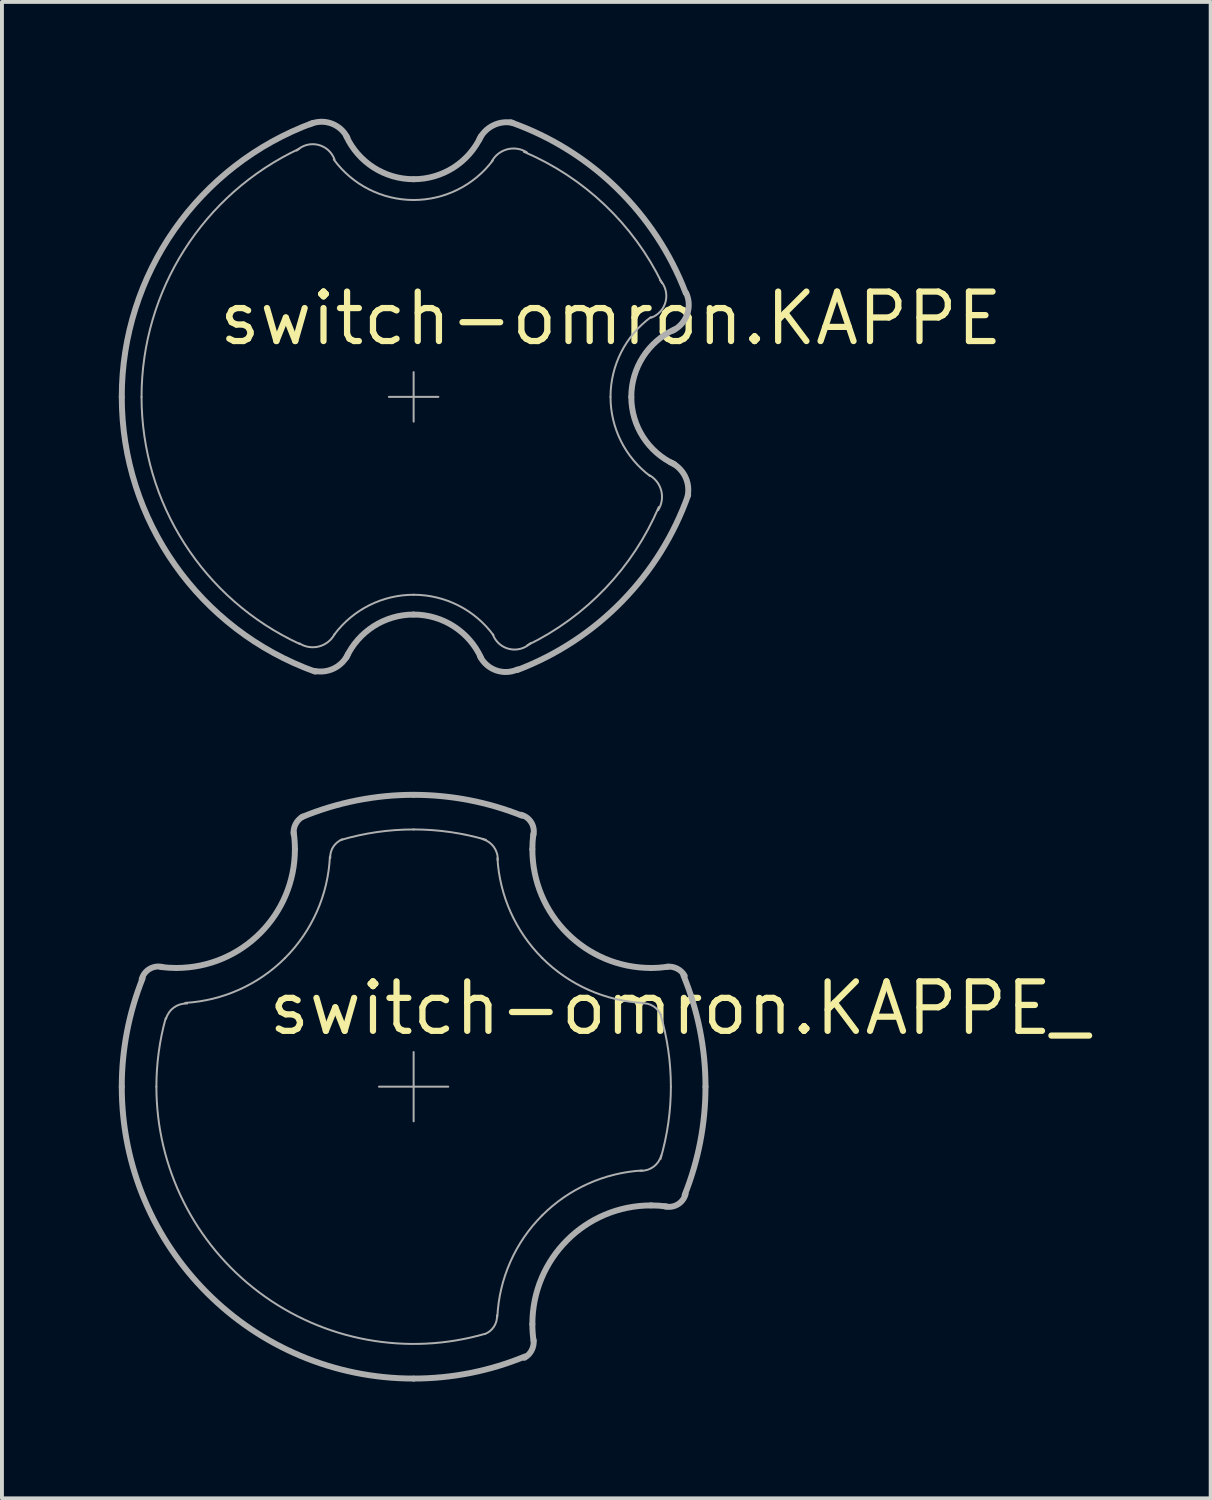
<source format=kicad_pcb>
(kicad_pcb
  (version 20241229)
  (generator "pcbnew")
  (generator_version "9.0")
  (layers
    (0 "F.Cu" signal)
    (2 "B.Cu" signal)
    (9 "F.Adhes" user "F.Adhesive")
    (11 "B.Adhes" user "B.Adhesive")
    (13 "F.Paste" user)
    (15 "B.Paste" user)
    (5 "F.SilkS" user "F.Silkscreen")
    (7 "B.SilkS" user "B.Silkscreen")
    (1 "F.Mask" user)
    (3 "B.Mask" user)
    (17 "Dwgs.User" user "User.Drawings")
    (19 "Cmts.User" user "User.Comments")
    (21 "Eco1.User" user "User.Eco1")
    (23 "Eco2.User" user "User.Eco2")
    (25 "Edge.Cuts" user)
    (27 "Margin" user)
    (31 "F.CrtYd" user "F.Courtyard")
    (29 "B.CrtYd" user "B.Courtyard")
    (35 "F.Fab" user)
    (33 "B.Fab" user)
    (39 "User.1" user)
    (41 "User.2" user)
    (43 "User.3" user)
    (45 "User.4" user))
  (footprint "switch-omron.KAPPE"
    (layer "F.Cu")
    (at 7.569 7.139)
    (property "Reference" "switch-omron.KAPPE" (at -5.08 -1.27 0) (layer "F.SilkS") (effects (font (size 1.27 1.27) (thickness 0.16)) (justify left bottom)))
    (fp_line (start -0.635 0) (end 0.635 0) (stroke (width 0.051) (type default)) (layer "F.Fab"))
    (fp_line (start 0 -0.635) (end 0 0.635) (stroke (width 0.051) (type default)) (layer "F.Fab"))
    (fp_arc (start -7.493 0) (mid -6.144335 -4.288754) (end -2.5837 -7.0336) (stroke (width 0.1524) (type default)) (layer "F.Fab"))
    (fp_arc (start -6.985 0) (mid -5.886652 -3.774839) (end -2.9345 -6.3711) (stroke (width 0.0508) (type default)) (layer "F.Fab"))
    (fp_arc (start -3.0009 -6.3234) (mid -2.454886 -6.471804) (end -2.0318 -6.0961) (stroke (width 0.0508) (type default)) (layer "F.Fab"))
    (fp_arc (start -2.9271 6.342) (mid -5.883678 3.764539) (end -6.985 0) (stroke (width 0.0508) (type default)) (layer "F.Fab"))
    (fp_arc (start -2.6642 -6.9984) (mid -2.113958 -7.019983) (end -1.7018 -6.6548) (stroke (width 0.1524) (type default)) (layer "F.Fab"))
    (fp_arc (start -2.5286 7.0535) (mid -6.127486 4.312697) (end -7.493 0) (stroke (width 0.1524) (type default)) (layer "F.Fab"))
    (fp_arc (start -2.032 6.096) (mid -1.135923 5.348155) (end 0 5.08) (stroke (width 0.0508) (type default)) (layer "F.Fab"))
    (fp_arc (start -2.0319 6.0961) (mid -2.433263 6.407985) (end -2.935 6.3266) (stroke (width 0.0508) (type default)) (layer "F.Fab"))
    (fp_arc (start -1.7297 6.6947) (mid -1.026729 5.888343) (end 0 5.588) (stroke (width 0.1524) (type default)) (layer "F.Fab"))
    (fp_arc (start -1.6802 6.5954) (mid -2.033352 6.965437) (end -2.54 7.0358) (stroke (width 0.1524) (type default)) (layer "F.Fab"))
    (fp_arc (start 0 -5.588) (mid -1.026729 -5.888343) (end -1.7297 -6.6947) (stroke (width 0.1524) (type default)) (layer "F.Fab"))
    (fp_arc (start 0 -5.0546) (mid -1.148132 -5.328871) (end -2.0483 -6.0925) (stroke (width 0.0508) (type default)) (layer "F.Fab"))
    (fp_arc (start 0 5.08) (mid 1.148132 5.354271) (end 2.0483 6.1179) (stroke (width 0.0508) (type default)) (layer "F.Fab"))
    (fp_arc (start 0 5.588) (mid 1.026729 5.888343) (end 1.7297 6.6947) (stroke (width 0.1524) (type default)) (layer "F.Fab"))
    (fp_arc (start 1.6802 -6.5954) (mid 2.033352 -6.965437) (end 2.54 -7.0358) (stroke (width 0.1524) (type default)) (layer "F.Fab"))
    (fp_arc (start 1.7297 -6.6947) (mid 1.026729 -5.888343) (end 0 -5.588) (stroke (width 0.1524) (type default)) (layer "F.Fab"))
    (fp_arc (start 2.0066 -6.0452) (mid 2.407862 -6.357043) (end 2.9095 -6.2757) (stroke (width 0.0508) (type default)) (layer "F.Fab"))
    (fp_arc (start 2.032 -6.0706) (mid 1.135923 -5.322755) (end 0 -5.0546) (stroke (width 0.0508) (type default)) (layer "F.Fab"))
    (fp_arc (start 2.4941 -7.0486) (mid 5.221391 -5.35166) (end 6.985 -2.667) (stroke (width 0.1524) (type default)) (layer "F.Fab"))
    (fp_arc (start 2.6642 6.9984) (mid 2.113958 7.019983) (end 1.7018 6.6548) (stroke (width 0.1524) (type default)) (layer "F.Fab"))
    (fp_arc (start 2.8286 -6.2928) (mid 4.90742 -4.928171) (end 6.3754 -2.921) (stroke (width 0.0508) (type default)) (layer "F.Fab"))
    (fp_arc (start 3.0008 6.3233) (mid 2.454936 6.471624) (end 2.032 6.096) (stroke (width 0.0508) (type default)) (layer "F.Fab"))
    (fp_arc (start 5.0546 0) (mid 5.328871 -1.148132) (end 6.0925 -2.0483) (stroke (width 0.0508) (type default)) (layer "F.Fab"))
    (fp_arc (start 5.588 0) (mid 5.888343 -1.026729) (end 6.6947 -1.7297) (stroke (width 0.1524) (type default)) (layer "F.Fab"))
    (fp_arc (start 6.0452 2.0066) (mid 6.357043 2.407862) (end 6.2757 2.9095) (stroke (width 0.0508) (type default)) (layer "F.Fab"))
    (fp_arc (start 6.0706 2.032) (mid 5.322755 1.135923) (end 5.0546 0) (stroke (width 0.0508) (type default)) (layer "F.Fab"))
    (fp_arc (start 6.2928 2.8286) (mid 4.928171 4.90742) (end 2.921 6.3754) (stroke (width 0.0508) (type default)) (layer "F.Fab"))
    (fp_arc (start 6.3233 -3.0008) (mid 6.471624 -2.454936) (end 6.096 -2.032) (stroke (width 0.0508) (type default)) (layer "F.Fab"))
    (fp_arc (start 6.5954 1.6802) (mid 6.965437 2.033352) (end 7.0358 2.54) (stroke (width 0.1524) (type default)) (layer "F.Fab"))
    (fp_arc (start 6.6947 1.7297) (mid 5.888343 1.026729) (end 5.588 0) (stroke (width 0.1524) (type default)) (layer "F.Fab"))
    (fp_arc (start 6.9984 -2.6642) (mid 7.019983 -2.113958) (end 6.6548 -1.7018) (stroke (width 0.1524) (type default)) (layer "F.Fab"))
    (fp_arc (start 7.0486 2.5195) (mid 5.35166 5.246791) (end 2.667 7.0104) (stroke (width 0.1524) (type default)) (layer "F.Fab")))
  (footprint "switch-omron.KAPPE_"
    (layer "F.Cu")
    (at 7.569 24.848)
    (property "Reference" "switch-omron.KAPPE_" (at -3.81 -1.27 0) (layer "F.SilkS") (effects (font (size 1.27 1.27) (thickness 0.16)) (justify left bottom)))
    (fp_line (start -0.889 0) (end 0.889 0) (stroke (width 0.051) (type default)) (layer "F.Fab"))
    (fp_line (start 0 0.889) (end 0 -0.889) (stroke (width 0.051) (type default)) (layer "F.Fab"))
    (fp_arc (start -7.493 0) (mid -7.357808 -1.416966) (end -6.9571 -2.7828) (stroke (width 0.1524) (type default)) (layer "F.Fab"))
    (fp_arc (start -6.9818 -2.7559) (mid -6.781099 -3.022207) (end -6.4516 -3.0735) (stroke (width 0.1524) (type default)) (layer "F.Fab"))
    (fp_arc (start -6.604 0) (mid -6.544279 -0.886113) (end -6.3662 -1.7562) (stroke (width 0.0508) (type default)) (layer "F.Fab"))
    (fp_arc (start -6.3565 -1.7431) (mid -6.154946 -2.032966) (end -5.8166 -2.1338) (stroke (width 0.0508) (type default)) (layer "F.Fab"))
    (fp_arc (start -6.096 -3.048) (mid -6.293515 -3.054407) (end -6.4902 -3.0736) (stroke (width 0.1524) (type default)) (layer "F.Fab"))
    (fp_arc (start -3.302 -3.302) (mid -4.477334 -2.491446) (end -5.864 -2.1515) (stroke (width 0.0508) (type default)) (layer "F.Fab"))
    (fp_arc (start -3.0799 -6.479) (mid -3.030472 -6.741784) (end -2.8448 -6.9342) (stroke (width 0.1524) (type default)) (layer "F.Fab"))
    (fp_arc (start -3.0786 -6.5271) (mid -3.05565 -6.312093) (end -3.048 -6.096) (stroke (width 0.1524) (type default)) (layer "F.Fab"))
    (fp_arc (start -3.048 -6.096) (mid -3.940739 -3.940739) (end -6.096 -3.048) (stroke (width 0.1524) (type default)) (layer "F.Fab"))
    (fp_arc (start -2.865 -6.9237) (mid -1.460515 -7.34936) (end 0 -7.4931) (stroke (width 0.1524) (type default)) (layer "F.Fab"))
    (fp_arc (start -2.1492 -5.9081) (mid -2.482479 -4.497506) (end -3.302 -3.302) (stroke (width 0.0508) (type default)) (layer "F.Fab"))
    (fp_arc (start -2.1409 -5.8683) (mid -2.06269 -6.159623) (end -1.8288 -6.3501) (stroke (width 0.0508) (type default)) (layer "F.Fab"))
    (fp_arc (start -1.8712 -6.3334) (mid -0.945334 -6.53601) (end 0 -6.604) (stroke (width 0.0508) (type default)) (layer "F.Fab"))
    (fp_arc (start 0 -7.493) (mid 1.416966 -7.357808) (end 2.7828 -6.9571) (stroke (width 0.1524) (type default)) (layer "F.Fab"))
    (fp_arc (start 0 -6.604) (mid 0.93703 -6.537189) (end 1.8551 -6.3381) (stroke (width 0.0508) (type default)) (layer "F.Fab"))
    (fp_arc (start 0 7.493) (mid -5.298351 5.298351) (end -7.493 0) (stroke (width 0.1524) (type default)) (layer "F.Fab"))
    (fp_arc (start 1.7685 -6.3565) (mid 2.058366 -6.154946) (end 2.1592 -5.8166) (stroke (width 0.0508) (type default)) (layer "F.Fab"))
    (fp_arc (start 1.8329 6.3446) (mid -3.969158 5.278144) (end -6.604 0) (stroke (width 0.0508) (type default)) (layer "F.Fab"))
    (fp_arc (start 2.1408 5.8683) (mid 2.06262 6.159555) (end 1.8288 6.35) (stroke (width 0.0508) (type default)) (layer "F.Fab"))
    (fp_arc (start 2.1492 5.9081) (mid 2.482479 4.497506) (end 3.302 3.302) (stroke (width 0.0508) (type default)) (layer "F.Fab"))
    (fp_arc (start 2.7559 -6.9818) (mid 3.022207 -6.781099) (end 3.0735 -6.4516) (stroke (width 0.1524) (type default)) (layer "F.Fab"))
    (fp_arc (start 2.865 6.9237) (mid 1.46051 7.349311) (end 0 7.493) (stroke (width 0.1524) (type default)) (layer "F.Fab"))
    (fp_arc (start 3.048 -6.096) (mid 3.054407 -6.293515) (end 3.0736 -6.4902) (stroke (width 0.1524) (type default)) (layer "F.Fab"))
    (fp_arc (start 3.048 6.096) (mid 3.940739 3.940739) (end 6.096 3.048) (stroke (width 0.1524) (type default)) (layer "F.Fab"))
    (fp_arc (start 3.0786 6.5271) (mid 3.05565 6.312093) (end 3.048 6.096) (stroke (width 0.1524) (type default)) (layer "F.Fab"))
    (fp_arc (start 3.0799 6.5044) (mid 3.030472 6.767184) (end 2.8448 6.9596) (stroke (width 0.1524) (type default)) (layer "F.Fab"))
    (fp_arc (start 3.302 -3.302) (mid 2.491446 -4.477334) (end 2.1515 -5.864) (stroke (width 0.0508) (type default)) (layer "F.Fab"))
    (fp_arc (start 3.302 3.302) (mid 4.477342 2.491493) (end 5.864 2.1516) (stroke (width 0.0508) (type default)) (layer "F.Fab"))
    (fp_arc (start 5.8683 -2.1409) (mid 6.159623 -2.06269) (end 6.3501 -1.8288) (stroke (width 0.0508) (type default)) (layer "F.Fab"))
    (fp_arc (start 5.9081 -2.1492) (mid 4.497506 -2.482479) (end 3.302 -3.302) (stroke (width 0.0508) (type default)) (layer "F.Fab"))
    (fp_arc (start 6.096 -3.048) (mid 3.940739 -3.940739) (end 3.048 -6.096) (stroke (width 0.1524) (type default)) (layer "F.Fab"))
    (fp_arc (start 6.096 3.048) (mid 6.293515 3.054407) (end 6.4902 3.0736) (stroke (width 0.1524) (type default)) (layer "F.Fab"))
    (fp_arc (start 6.3334 -1.8712) (mid 6.53601 -0.945334) (end 6.604 0) (stroke (width 0.0508) (type default)) (layer "F.Fab"))
    (fp_arc (start 6.3563 1.7685) (mid 6.154807 2.058225) (end 5.8166 2.159) (stroke (width 0.0508) (type default)) (layer "F.Fab"))
    (fp_arc (start 6.5044 -3.0799) (mid 6.767184 -3.030472) (end 6.9596 -2.8448) (stroke (width 0.1524) (type default)) (layer "F.Fab"))
    (fp_arc (start 6.5271 -3.0786) (mid 6.312093 -3.05565) (end 6.096 -3.048) (stroke (width 0.1524) (type default)) (layer "F.Fab"))
    (fp_arc (start 6.604 0) (mid 6.537189 0.93703) (end 6.3381 1.8551) (stroke (width 0.0508) (type default)) (layer "F.Fab"))
    (fp_arc (start 6.9237 -2.865) (mid 7.34936 -1.460515) (end 7.4931 0) (stroke (width 0.1524) (type default)) (layer "F.Fab"))
    (fp_arc (start 6.9817 2.7559) (mid 6.781028 3.022136) (end 6.4516 3.0734) (stroke (width 0.1524) (type default)) (layer "F.Fab"))
    (fp_arc (start 7.493 0) (mid 7.357808 1.416966) (end 6.9571 2.7828) (stroke (width 0.1524) (type default)) (layer "F.Fab")))
  (gr_rect
    (start -3 -3)
    (end 28.031 35.417)
    (stroke (width 0.1) (type default))
    (fill no)
    (layer "Edge.Cuts")))
</source>
